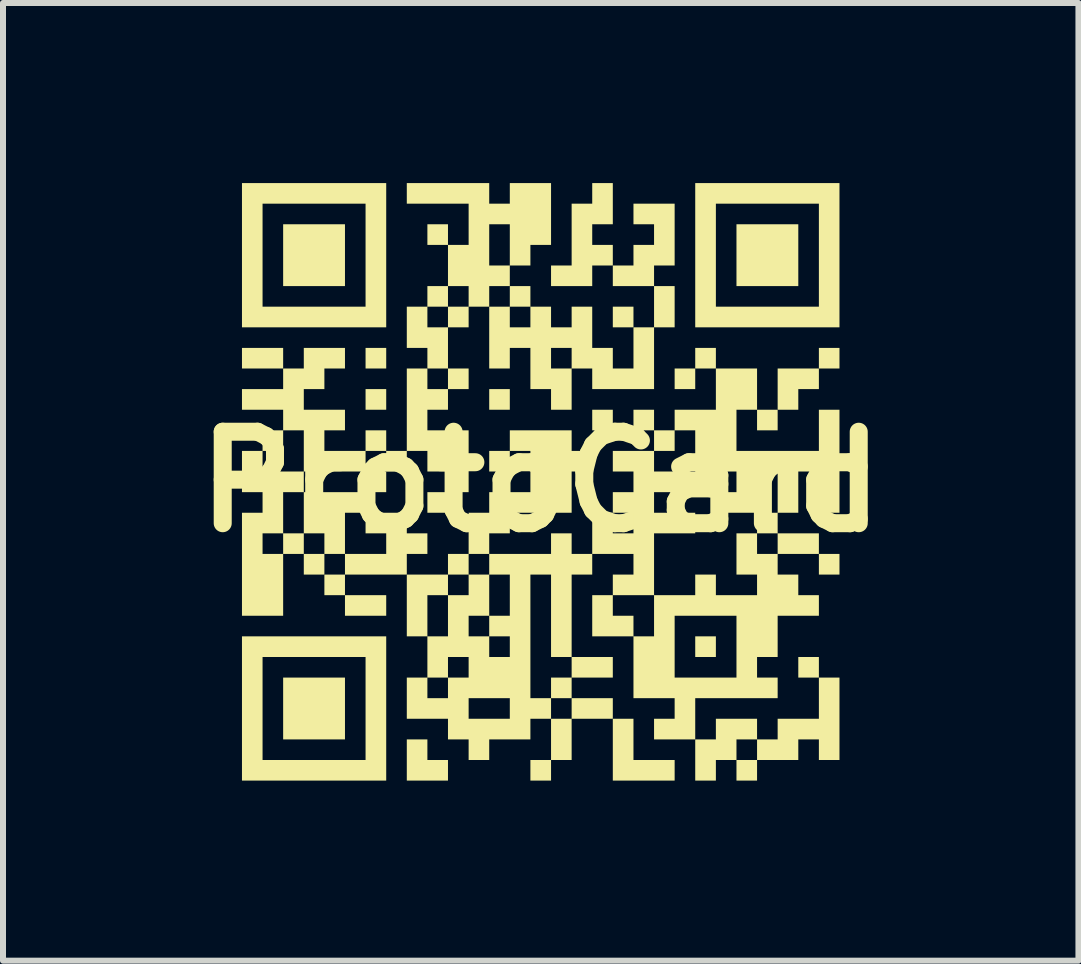
<source format=kicad_pcb>
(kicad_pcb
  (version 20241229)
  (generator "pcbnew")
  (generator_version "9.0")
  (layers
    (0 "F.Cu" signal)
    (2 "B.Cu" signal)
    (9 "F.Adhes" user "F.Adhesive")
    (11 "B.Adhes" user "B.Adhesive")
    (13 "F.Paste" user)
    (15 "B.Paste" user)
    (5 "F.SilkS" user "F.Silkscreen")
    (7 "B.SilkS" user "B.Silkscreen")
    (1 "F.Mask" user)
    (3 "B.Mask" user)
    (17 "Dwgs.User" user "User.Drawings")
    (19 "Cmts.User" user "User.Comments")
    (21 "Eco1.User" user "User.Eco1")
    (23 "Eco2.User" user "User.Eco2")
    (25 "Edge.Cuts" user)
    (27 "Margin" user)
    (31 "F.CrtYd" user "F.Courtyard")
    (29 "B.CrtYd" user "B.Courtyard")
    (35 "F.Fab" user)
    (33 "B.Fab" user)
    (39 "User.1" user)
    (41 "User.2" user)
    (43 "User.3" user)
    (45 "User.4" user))
  (footprint "ProtoCard"
    (layer "F.Cu")
    (at 5.958 4.977)
    (property "Reference" "ProtoCard" (at 0 0 0) (layer "F.SilkS") (effects (font (size 1.524 1.524) (thickness 0.3))))
    (attr board_only exclude_from_pos_files exclude_from_bom)
    (fp_poly (pts (xy -4.291 -1.888) (xy -4.977 -1.888) (xy -4.977 -2.231) (xy -4.291 -2.231)) (stroke (width 0) (type solid)) (fill yes) (layer "F.SilkS"))
    (fp_poly (pts (xy -3.261 -3.261) (xy -4.291 -3.261) (xy -4.291 -4.291) (xy -3.261 -4.291)) (stroke (width 0) (type solid)) (fill yes) (layer "F.SilkS"))
    (fp_poly (pts (xy -3.261 4.291) (xy -4.291 4.291) (xy -4.291 3.261) (xy -3.261 3.261)) (stroke (width 0) (type solid)) (fill yes) (layer "F.SilkS"))
    (fp_poly (pts (xy -2.574 -1.888) (xy -2.918 -1.888) (xy -2.918 -2.231) (xy -2.574 -2.231)) (stroke (width 0) (type solid)) (fill yes) (layer "F.SilkS"))
    (fp_poly (pts (xy -2.574 -1.201) (xy -2.918 -1.201) (xy -2.918 -1.545) (xy -2.574 -1.545)) (stroke (width 0) (type solid)) (fill yes) (layer "F.SilkS"))
    (fp_poly (pts (xy -2.574 2.231) (xy -3.261 2.231) (xy -3.261 1.888) (xy -2.574 1.888)) (stroke (width 0) (type solid)) (fill yes) (layer "F.SilkS"))
    (fp_poly (pts (xy -1.545 -3.947) (xy -1.888 -3.947) (xy -1.888 -4.291) (xy -1.545 -4.291)) (stroke (width 0) (type solid)) (fill yes) (layer "F.SilkS"))
    (fp_poly (pts (xy -1.545 0.515) (xy -1.888 0.515) (xy -1.888 0.172) (xy -1.545 0.172)) (stroke (width 0) (type solid)) (fill yes) (layer "F.SilkS"))
    (fp_poly (pts (xy -1.201 -1.545) (xy -1.545 -1.545) (xy -1.545 -1.888) (xy -1.201 -1.888)) (stroke (width 0) (type solid)) (fill yes) (layer "F.SilkS"))
    (fp_poly (pts (xy -0.515 -1.201) (xy -0.858 -1.201) (xy -0.858 -1.545) (xy -0.515 -1.545)) (stroke (width 0) (type solid)) (fill yes) (layer "F.SilkS"))
    (fp_poly (pts (xy -0.515 -0.172) (xy -0.858 -0.172) (xy -0.858 -0.515) (xy -0.515 -0.515)) (stroke (width 0) (type solid)) (fill yes) (layer "F.SilkS"))
    (fp_poly (pts (xy 0.172 4.977) (xy -0.172 4.977) (xy -0.172 4.634) (xy 0.172 4.634)) (stroke (width 0) (type solid)) (fill yes) (layer "F.SilkS"))
    (fp_poly (pts (xy 1.201 -0.858) (xy 0.858 -0.858) (xy 0.858 -1.201) (xy 1.201 -1.201)) (stroke (width 0) (type solid)) (fill yes) (layer "F.SilkS"))
    (fp_poly (pts (xy 1.545 -2.574) (xy 1.201 -2.574) (xy 1.201 -2.918) (xy 1.545 -2.918)) (stroke (width 0) (type solid)) (fill yes) (layer "F.SilkS"))
    (fp_poly (pts (xy 1.888 -0.858) (xy 1.545 -0.858) (xy 1.545 -1.201) (xy 1.888 -1.201)) (stroke (width 0) (type solid)) (fill yes) (layer "F.SilkS"))
    (fp_poly (pts (xy 2.231 -2.574) (xy 1.888 -2.574) (xy 1.888 -3.261) (xy 2.231 -3.261)) (stroke (width 0) (type solid)) (fill yes) (layer "F.SilkS"))
    (fp_poly (pts (xy 2.574 -1.545) (xy 2.231 -1.545) (xy 2.231 -1.888) (xy 2.574 -1.888)) (stroke (width 0) (type solid)) (fill yes) (layer "F.SilkS"))
    (fp_poly (pts (xy 2.918 -1.888) (xy 2.574 -1.888) (xy 2.574 -2.231) (xy 2.918 -2.231)) (stroke (width 0) (type solid)) (fill yes) (layer "F.SilkS"))
    (fp_poly (pts (xy 2.918 2.918) (xy 2.574 2.918) (xy 2.574 2.574) (xy 2.918 2.574)) (stroke (width 0) (type solid)) (fill yes) (layer "F.SilkS"))
    (fp_poly (pts (xy 3.947 -0.858) (xy 3.604 -0.858) (xy 3.604 -1.201) (xy 3.947 -1.201)) (stroke (width 0) (type solid)) (fill yes) (layer "F.SilkS"))
    (fp_poly (pts (xy 4.291 -3.261) (xy 3.261 -3.261) (xy 3.261 -4.291) (xy 4.291 -4.291)) (stroke (width 0) (type solid)) (fill yes) (layer "F.SilkS"))
    (fp_poly (pts (xy 4.634 3.261) (xy 4.291 3.261) (xy 4.291 2.918) (xy 4.634 2.918)) (stroke (width 0) (type solid)) (fill yes) (layer "F.SilkS"))
    (fp_poly (pts (xy 4.977 -1.888) (xy 4.634 -1.888) (xy 4.634 -2.231) (xy 4.977 -2.231)) (stroke (width 0) (type solid)) (fill yes) (layer "F.SilkS"))
    (fp_poly (pts (xy 4.977 1.545) (xy 4.634 1.545) (xy 4.634 1.201) (xy 4.977 1.201)) (stroke (width 0) (type solid)) (fill yes) (layer "F.SilkS"))
    (fp_poly (pts (xy -1.888 4.634) (xy -1.545 4.634) (xy -1.545 4.977) (xy -2.231 4.977) (xy -2.231 4.291) (xy -1.888 4.291)) (stroke (width 0) (type solid)) (fill yes) (layer "F.SilkS"))
    (fp_poly (pts (xy 1.545 4.634) (xy 2.231 4.634) (xy 2.231 4.977) (xy 1.201 4.977) (xy 1.201 3.947) (xy 1.545 3.947)) (stroke (width 0) (type solid)) (fill yes) (layer "F.SilkS"))
    (fp_poly (pts (xy 4.634 -1.545) (xy 4.291 -1.545) (xy 4.291 -1.201) (xy 3.947 -1.201) (xy 3.947 -1.888) (xy 4.634 -1.888)) (stroke (width 0) (type solid)) (fill yes) (layer "F.SilkS"))
    (fp_poly (pts (xy -2.574 -2.574) (xy -4.977 -2.574) (xy -4.977 -2.918) (xy -4.634 -2.918) (xy -2.918 -2.918) (xy -2.918 -4.634) (xy -4.634 -4.634) (xy -4.634 -2.918) (xy -4.977 -2.918) (xy -4.977 -4.977) (xy -2.574 -4.977)) (stroke (width 0) (type solid)) (fill yes) (layer "F.SilkS"))
    (fp_poly (pts (xy -2.574 4.977) (xy -4.977 4.977) (xy -4.977 4.634) (xy -4.634 4.634) (xy -2.918 4.634) (xy -2.918 2.918) (xy -4.634 2.918) (xy -4.634 4.634) (xy -4.977 4.634) (xy -4.977 2.574) (xy -2.574 2.574)) (stroke (width 0) (type solid)) (fill yes) (layer "F.SilkS"))
    (fp_poly (pts (xy 4.977 -2.574) (xy 2.574 -2.574) (xy 2.574 -2.918) (xy 2.918 -2.918) (xy 4.634 -2.918) (xy 4.634 -4.634) (xy 2.918 -4.634) (xy 2.918 -2.918) (xy 2.574 -2.918) (xy 2.574 -4.977) (xy 4.977 -4.977)) (stroke (width 0) (type solid)) (fill yes) (layer "F.SilkS"))
    (fp_poly (pts (xy 2.231 -3.604) (xy 1.888 -3.604) (xy 1.888 -3.261) (xy 1.201 -3.261) (xy 1.201 -3.604) (xy 1.545 -3.604) (xy 1.545 -3.947) (xy 1.888 -3.947) (xy 1.888 -4.291) (xy 1.545 -4.291) (xy 1.545 -4.634) (xy 2.231 -4.634)) (stroke (width 0) (type solid)) (fill yes) (layer "F.SilkS"))
    (fp_poly (pts (xy -1.888 -1.545) (xy -1.545 -1.545) (xy -1.545 -1.201) (xy -1.888 -1.201) (xy -1.888 -0.858) (xy -1.201 -0.858) (xy -1.201 0.172) (xy -1.545 0.172) (xy -1.545 -0.172) (xy -1.888 -0.172) (xy -1.888 -0.515) (xy -2.231 -0.515) (xy -2.231 -1.888) (xy -1.888 -1.888)) (stroke (width 0) (type solid)) (fill yes) (layer "F.SilkS"))
    (fp_poly (pts (xy 1.201 -4.291) (xy 0.858 -4.291) (xy 0.858 -3.947) (xy 1.201 -3.947) (xy 1.201 -3.604) (xy 0.858 -3.604) (xy 0.858 -3.261) (xy 0.172 -3.261) (xy 0.172 -3.604) (xy 0.515 -3.604) (xy 0.515 -4.634) (xy 0.858 -4.634) (xy 0.858 -4.977) (xy 1.201 -4.977)) (stroke (width 0) (type solid)) (fill yes) (layer "F.SilkS"))
    (fp_poly (pts (xy 4.977 4.634) (xy 4.634 4.634) (xy 4.634 4.291) (xy 4.291 4.291) (xy 4.291 4.634) (xy 3.604 4.634) (xy 3.604 4.977) (xy 3.261 4.977) (xy 3.261 4.634) (xy 3.604 4.634) (xy 3.604 4.291) (xy 3.261 4.291) (xy 3.261 4.634) (xy 2.918 4.634) (xy 2.918 4.977) (xy 2.574 4.977) (xy 2.574 4.291) (xy 2.918 4.291) (xy 2.918 3.947) (xy 3.604 3.947) (xy 3.604 4.291) (xy 3.947 4.291) (xy 3.947 3.947) (xy 4.634 3.947) (xy 4.634 3.261) (xy 4.977 3.261)) (stroke (width 0) (type solid)) (fill yes) (layer "F.SilkS"))
    (fp_poly (pts (xy 0.172 -2.918) (xy 0.172 -2.574) (xy 0.515 -2.574) (xy 0.515 -2.918) (xy 0.858 -2.918) (xy 0.858 -2.231) (xy 1.201 -2.231) (xy 1.201 -1.888) (xy 1.545 -1.888) (xy 1.545 -2.574) (xy 1.888 -2.574) (xy 1.888 -1.545) (xy 0.858 -1.545) (xy 0.858 -1.888) (xy 0.515 -1.888) (xy 0.515 -1.201) (xy 0.172 -1.201) (xy 0.172 -1.545) (xy -0.172 -1.545) (xy -0.172 -1.888) (xy 0.172 -1.888) (xy 0.515 -1.888) (xy 0.515 -2.231) (xy 0.172 -2.231) (xy 0.172 -1.888) (xy -0.172 -1.888) (xy -0.172 -2.231) (xy -0.515 -2.231) (xy -0.515 -1.888) (xy -0.858 -1.888) (xy -0.858 -2.574) (xy -0.515 -2.574) (xy -0.172 -2.574) (xy -0.172 -2.918) (xy -0.515 -2.918) (xy -0.515 -2.574) (xy -0.858 -2.574) (xy -0.858 -2.918) (xy -0.515 -2.918) (xy -0.515 -3.261) (xy -0.858 -3.261) (xy -0.858 -2.918) (xy -1.201 -2.918) (xy -1.201 -2.574) (xy -1.545 -2.574) (xy -1.545 -1.888) (xy -1.888 -1.888) (xy -1.888 -2.231) (xy -2.231 -2.231) (xy -2.231 -2.574) (xy -1.888 -2.574) (xy -1.545 -2.574) (xy -1.545 -2.918) (xy -1.201 -2.918) (xy -1.201 -3.261) (xy -1.545 -3.261) (xy -1.545 -2.918) (xy -1.888 -2.918) (xy -1.888 -2.574) (xy -2.231 -2.574) (xy -2.231 -2.918) (xy -1.888 -2.918) (xy -1.888 -3.261) (xy -1.545 -3.261) (xy -1.545 -3.604) (xy -0.858 -3.604) (xy -0.515 -3.604) (xy -0.515 -4.291) (xy -0.858 -4.291) (xy -0.858 -3.604) (xy -1.545 -3.604) (xy -1.545 -3.947) (xy -1.201 -3.947) (xy -1.201 -4.634) (xy -2.231 -4.634) (xy -2.231 -4.977) (xy -0.858 -4.977) (xy -0.858 -4.634) (xy -0.515 -4.634) (xy -0.515 -4.977) (xy 0.172 -4.977) (xy 0.172 -3.947) (xy -0.172 -3.947) (xy -0.172 -3.604) (xy -0.515 -3.604) (xy -0.515 -3.261) (xy -0.172 -3.261) (xy -0.172 -2.918)) (stroke (width 0) (type solid)) (fill yes) (layer "F.SilkS"))
    (fp_poly (pts (xy -2.231 0.515) (xy -2.231 0.858) (xy -1.888 0.858) (xy -1.888 1.201) (xy -2.231 1.201) (xy -2.231 1.545) (xy -3.261 1.545) (xy -3.261 1.888) (xy -3.604 1.888) (xy -3.604 1.545) (xy -3.261 1.545) (xy -3.261 1.201) (xy -2.574 1.201) (xy -2.574 0.858) (xy -2.918 0.858) (xy -2.918 0.515) (xy -3.261 0.515) (xy -3.261 1.201) (xy -3.604 1.201) (xy -3.604 1.545) (xy -3.947 1.545) (xy -3.947 1.201) (xy -3.604 1.201) (xy -3.604 0.858) (xy -3.947 0.858) (xy -3.947 1.201) (xy -4.291 1.201) (xy -4.291 2.231) (xy -4.977 2.231) (xy -4.977 1.201) (xy -4.634 1.201) (xy -4.291 1.201) (xy -4.291 0.858) (xy -3.947 0.858) (xy -3.947 0.172) (xy -2.918 0.172) (xy -2.918 -0.172) (xy -2.574 -0.172) (xy -2.574 -0.515) (xy -2.918 -0.515) (xy -2.918 -0.172) (xy -3.947 -0.172) (xy -3.947 0.172) (xy -4.291 0.172) (xy -4.291 0.858) (xy -4.634 0.858) (xy -4.634 1.201) (xy -4.977 1.201) (xy -4.977 0.515) (xy -4.634 0.515) (xy -4.634 0.172) (xy -4.977 0.172) (xy -4.977 -0.172) (xy -4.634 -0.172) (xy -3.947 -0.172) (xy -3.947 -0.858) (xy -4.291 -0.858) (xy -4.291 -0.515) (xy -4.634 -0.515) (xy -4.634 -0.172) (xy -4.977 -0.172) (xy -4.977 -0.515) (xy -4.634 -0.515) (xy -4.634 -0.858) (xy -4.291 -0.858) (xy -4.291 -1.201) (xy -4.977 -1.201) (xy -4.977 -1.545) (xy -4.291 -1.545) (xy -4.291 -1.888) (xy -3.947 -1.888) (xy -3.947 -2.231) (xy -3.261 -2.231) (xy -3.261 -1.888) (xy -3.604 -1.888) (xy -3.604 -1.545) (xy -3.947 -1.545) (xy -3.947 -1.201) (xy -3.261 -1.201) (xy -3.261 -0.858) (xy -3.604 -0.858) (xy -3.604 -0.515) (xy -2.918 -0.515) (xy -2.918 -0.858) (xy -2.574 -0.858) (xy -2.574 -0.515) (xy -2.231 -0.515) (xy -2.231 -0.172) (xy -2.574 -0.172) (xy -2.574 0.172) (xy -2.918 0.172) (xy -2.918 0.515)) (stroke (width 0) (type solid)) (fill yes) (layer "F.SilkS"))
    (fp_poly (pts (xy -0.515 -0.858) (xy 0.515 -0.858) (xy 0.515 -0.515) (xy 0.858 -0.515) (xy 0.858 -0.172) (xy 0.515 -0.172) (xy 0.515 0.515) (xy -0.515 0.515) (xy -0.515 0.858) (xy -0.858 0.858) (xy -0.858 1.201) (xy 0.172 1.201) (xy 0.172 0.858) (xy 0.515 0.858) (xy 0.515 1.201) (xy 0.858 1.201) (xy 0.858 1.545) (xy 0.515 1.545) (xy 0.515 2.918) (xy 1.201 2.918) (xy 1.201 3.261) (xy 0.515 3.261) (xy 0.515 3.604) (xy 1.201 3.604) (xy 1.201 3.947) (xy 0.515 3.947) (xy 0.515 4.634) (xy 0.172 4.634) (xy 0.172 3.947) (xy 0.515 3.947) (xy 0.515 3.604) (xy 0.172 3.604) (xy 0.172 3.947) (xy -0.172 3.947) (xy -0.172 4.291) (xy -0.858 4.291) (xy -0.858 4.634) (xy -1.201 4.634) (xy -1.201 4.291) (xy -1.545 4.291) (xy -1.545 3.947) (xy -1.201 3.947) (xy -0.515 3.947) (xy -0.515 3.604) (xy -0.172 3.604) (xy 0.172 3.604) (xy 0.172 3.261) (xy 0.515 3.261) (xy 0.515 2.918) (xy 0.172 2.918) (xy 0.172 1.545) (xy -0.172 1.545) (xy -0.172 3.604) (xy -0.515 3.604) (xy -1.201 3.604) (xy -1.201 3.947) (xy -1.545 3.947) (xy -2.231 3.947) (xy -2.231 3.604) (xy -1.888 3.604) (xy -1.545 3.604) (xy -1.545 3.261) (xy -1.201 3.261) (xy -1.201 2.918) (xy -0.858 2.918) (xy -0.515 2.918) (xy -0.515 2.574) (xy -0.858 2.574) (xy -0.858 2.918) (xy -1.201 2.918) (xy -1.545 2.918) (xy -1.545 3.261) (xy -1.888 3.261) (xy -1.888 3.604) (xy -2.231 3.604) (xy -2.231 3.261) (xy -1.888 3.261) (xy -1.888 2.574) (xy -1.545 2.574) (xy -1.201 2.574) (xy -0.858 2.574) (xy -0.858 2.231) (xy -0.515 2.231) (xy -0.515 1.545) (xy -0.858 1.545) (xy -0.858 2.231) (xy -1.201 2.231) (xy -1.201 2.574) (xy -1.545 2.574) (xy -1.545 1.888) (xy -1.201 1.888) (xy -1.201 1.545) (xy -0.858 1.545) (xy -0.858 1.201) (xy -1.201 1.201) (xy -1.201 1.545) (xy -1.545 1.545) (xy -1.545 1.888) (xy -1.888 1.888) (xy -1.888 2.574) (xy -2.231 2.574) (xy -2.231 1.545) (xy -1.545 1.545) (xy -1.545 1.201) (xy -1.201 1.201) (xy -1.201 0.515) (xy -0.858 0.515) (xy -0.858 0.172) (xy -0.172 0.172) (xy -0.172 -0.515) (xy -0.515 -0.515)) (stroke (width 0) (type solid)) (fill yes) (layer "F.SilkS"))
    (fp_poly (pts (xy 4.634 0.858) (xy 4.634 1.201) (xy 3.947 1.201) (xy 3.947 1.545) (xy 4.291 1.545) (xy 4.291 1.888) (xy 4.634 1.888) (xy 4.634 2.231) (xy 3.947 2.231) (xy 3.947 2.918) (xy 3.604 2.918) (xy 3.604 3.261) (xy 3.947 3.261) (xy 3.947 3.604) (xy 2.574 3.604) (xy 2.574 4.291) (xy 1.888 4.291) (xy 1.888 3.947) (xy 2.231 3.947) (xy 2.231 3.604) (xy 1.545 3.604) (xy 1.545 3.261) (xy 2.231 3.261) (xy 3.261 3.261) (xy 3.261 2.231) (xy 2.231 2.231) (xy 2.231 3.261) (xy 1.545 3.261) (xy 1.545 2.574) (xy 0.858 2.574) (xy 0.858 2.231) (xy 1.201 2.231) (xy 1.545 2.231) (xy 1.545 2.574) (xy 1.888 2.574) (xy 1.888 1.888) (xy 2.574 1.888) (xy 2.574 1.545) (xy 2.918 1.545) (xy 2.918 1.888) (xy 3.604 1.888) (xy 3.604 1.545) (xy 3.261 1.545) (xy 3.261 1.201) (xy 3.604 1.201) (xy 3.947 1.201) (xy 3.947 0.858) (xy 3.604 0.858) (xy 3.604 1.201) (xy 3.261 1.201) (xy 3.261 0.858) (xy 3.604 0.858) (xy 3.604 0.515) (xy 3.947 0.515) (xy 3.947 -0.172) (xy 3.604 -0.172) (xy 3.604 0.515) (xy 2.918 0.515) (xy 2.918 0.172) (xy 3.261 0.172) (xy 3.261 -0.172) (xy 2.918 -0.172) (xy 2.918 0.172) (xy 1.888 0.172) (xy 1.888 0.515) (xy 2.574 0.515) (xy 2.574 0.858) (xy 1.888 0.858) (xy 1.888 1.888) (xy 1.201 1.888) (xy 1.201 2.231) (xy 0.858 2.231) (xy 0.858 1.888) (xy 1.201 1.888) (xy 1.201 1.545) (xy 1.545 1.545) (xy 1.545 1.201) (xy 0.858 1.201) (xy 0.858 0.858) (xy 1.201 0.858) (xy 1.545 0.858) (xy 1.545 0.515) (xy 1.201 0.515) (xy 1.201 0.858) (xy 0.858 0.858) (xy 0.858 0.515) (xy 1.201 0.515) (xy 1.201 0.172) (xy 1.545 0.172) (xy 1.545 -0.172) (xy 1.888 -0.172) (xy 2.574 -0.172) (xy 2.574 -0.858) (xy 2.231 -0.858) (xy 2.231 -0.515) (xy 1.888 -0.515) (xy 1.888 -0.172) (xy 1.545 -0.172) (xy 1.201 -0.172) (xy 1.201 -0.515) (xy 1.888 -0.515) (xy 1.888 -0.858) (xy 2.231 -0.858) (xy 2.231 -1.201) (xy 2.918 -1.201) (xy 2.918 -1.888) (xy 3.604 -1.888) (xy 3.604 -1.201) (xy 3.261 -1.201) (xy 3.261 -0.515) (xy 4.634 -0.515) (xy 4.634 -1.201) (xy 4.977 -1.201) (xy 4.977 0.515) (xy 4.634 0.515) (xy 4.634 -0.172) (xy 4.291 -0.172) (xy 4.291 0.515) (xy 3.947 0.515) (xy 3.947 0.858)) (stroke (width 0) (type solid)) (fill yes) (layer "F.SilkS")))
  (gr_rect
    (start -3 -3)
    (end 14.916 12.954)
    (stroke (width 0.1) (type default))
    (fill no)
    (layer "Edge.Cuts")))
</source>
